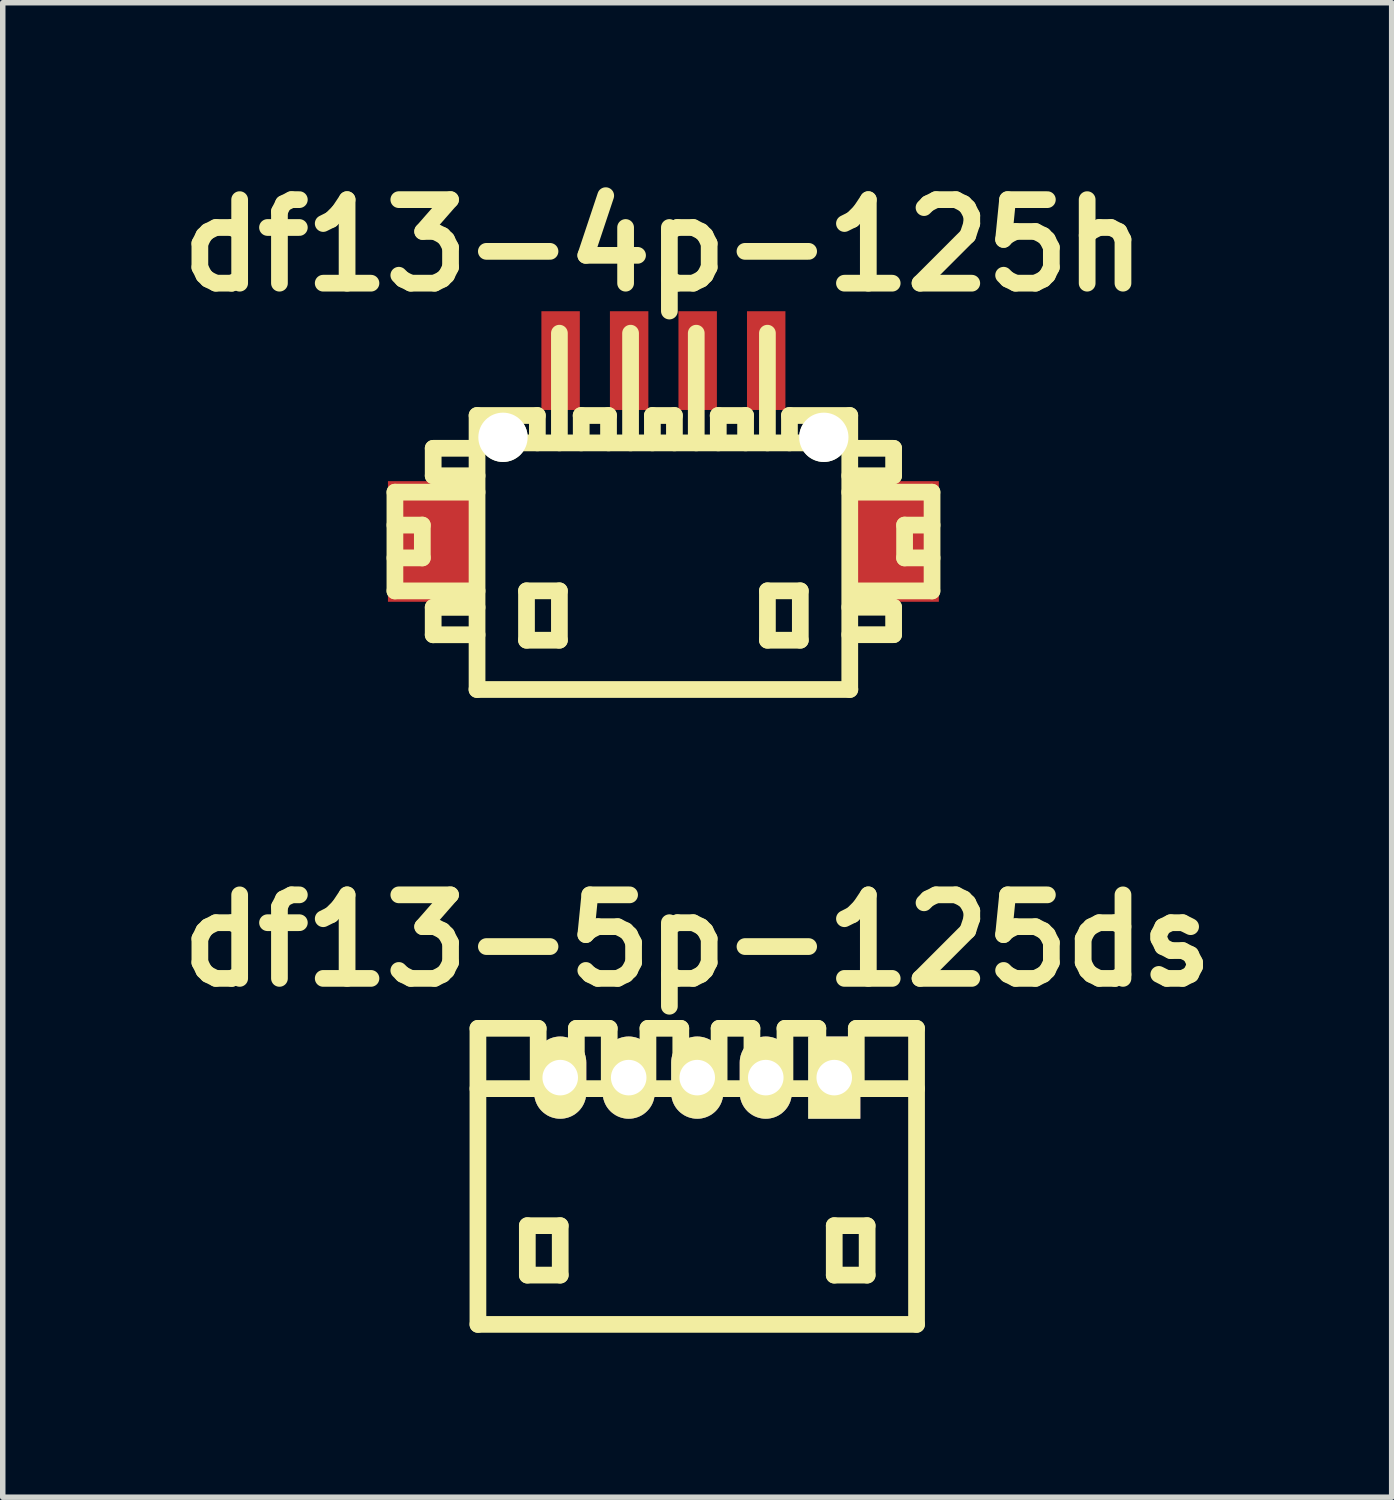
<source format=kicad_pcb>
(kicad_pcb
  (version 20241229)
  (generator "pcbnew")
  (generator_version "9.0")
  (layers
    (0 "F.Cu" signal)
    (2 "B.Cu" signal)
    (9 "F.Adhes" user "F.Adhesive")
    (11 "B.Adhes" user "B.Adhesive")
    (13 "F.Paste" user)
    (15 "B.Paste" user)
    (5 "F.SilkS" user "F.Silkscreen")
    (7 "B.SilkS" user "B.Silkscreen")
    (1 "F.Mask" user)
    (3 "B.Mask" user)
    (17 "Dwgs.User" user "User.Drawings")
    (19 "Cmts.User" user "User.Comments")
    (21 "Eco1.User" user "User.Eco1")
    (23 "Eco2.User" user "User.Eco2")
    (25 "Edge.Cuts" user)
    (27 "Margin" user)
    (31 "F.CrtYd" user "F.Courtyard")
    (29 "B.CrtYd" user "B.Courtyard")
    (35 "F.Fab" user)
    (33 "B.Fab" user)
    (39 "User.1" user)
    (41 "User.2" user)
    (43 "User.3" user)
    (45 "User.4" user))
  (footprint "df13-5p-125ds"
    (layer "F.Cu")
    (at 9.667 18.406)
    (property "Reference" "df13-5p-125ds" (at 0 -4.3 0) (layer "F.SilkS") (effects (font (size 1.524 1.524) (thickness 0.305))))
    (attr through_hole)
    (fp_line (start -4 2.7) (end -4 -2.7) (stroke (width 0.305) (type solid)) (layer "F.SilkS"))
    (fp_line (start -4 2.7) (end 4 2.7) (stroke (width 0.305) (type solid)) (layer "F.SilkS"))
    (fp_line (start -3.099 0.899) (end -3.099 1.801) (stroke (width 0.305) (type solid)) (layer "F.SilkS"))
    (fp_line (start -3.099 1.801) (end -2.499 1.801) (stroke (width 0.305) (type solid)) (layer "F.SilkS"))
    (fp_line (start -2.901 -2.7) (end -4 -2.7) (stroke (width 0.305) (type solid)) (layer "F.SilkS"))
    (fp_line (start -2.901 -1.6) (end -2.901 -2.7) (stroke (width 0.305) (type solid)) (layer "F.SilkS"))
    (fp_line (start -2.499 0.899) (end -3.099 0.899) (stroke (width 0.305) (type solid)) (layer "F.SilkS"))
    (fp_line (start -2.499 1.801) (end -2.499 0.899) (stroke (width 0.305) (type solid)) (layer "F.SilkS"))
    (fp_line (start -2.205 -1.6) (end -2.205 -2.7) (stroke (width 0.305) (type solid)) (layer "F.SilkS"))
    (fp_line (start -1.605 -2.7) (end -2.205 -2.7) (stroke (width 0.305) (type solid)) (layer "F.SilkS"))
    (fp_line (start -1.605 -1.6) (end -1.605 -2.7) (stroke (width 0.305) (type solid)) (layer "F.SilkS"))
    (fp_line (start -0.899 -2.7) (end -0.3 -2.7) (stroke (width 0.305) (type solid)) (layer "F.SilkS"))
    (fp_line (start -0.899 -1.6) (end -0.899 -2.7) (stroke (width 0.305) (type solid)) (layer "F.SilkS"))
    (fp_line (start -0.3 -2.7) (end -0.3 -1.6) (stroke (width 0.305) (type solid)) (layer "F.SilkS"))
    (fp_line (start 0.399 -2.7) (end 0.998 -2.7) (stroke (width 0.305) (type solid)) (layer "F.SilkS"))
    (fp_line (start 0.399 -1.6) (end 0.399 -2.7) (stroke (width 0.305) (type solid)) (layer "F.SilkS"))
    (fp_line (start 0.998 -2.7) (end 0.998 -1.6) (stroke (width 0.305) (type solid)) (layer "F.SilkS"))
    (fp_line (start 1.6 -2.7) (end 2.2 -2.7) (stroke (width 0.305) (type solid)) (layer "F.SilkS"))
    (fp_line (start 1.6 -1.6) (end 1.6 -2.7) (stroke (width 0.305) (type solid)) (layer "F.SilkS"))
    (fp_line (start 2.2 -2.7) (end 2.2 -1.6) (stroke (width 0.305) (type solid)) (layer "F.SilkS"))
    (fp_line (start 2.499 0.899) (end 3.099 0.899) (stroke (width 0.305) (type solid)) (layer "F.SilkS"))
    (fp_line (start 2.499 1.801) (end 2.499 0.899) (stroke (width 0.305) (type solid)) (layer "F.SilkS"))
    (fp_line (start 2.901 -1.6) (end 2.901 -2.7) (stroke (width 0.305) (type solid)) (layer "F.SilkS"))
    (fp_line (start 3.099 0.899) (end 3.099 1.801) (stroke (width 0.305) (type solid)) (layer "F.SilkS"))
    (fp_line (start 3.099 1.801) (end 2.499 1.801) (stroke (width 0.305) (type solid)) (layer "F.SilkS"))
    (fp_line (start 4 -2.7) (end 2.901 -2.7) (stroke (width 0.305) (type solid)) (layer "F.SilkS"))
    (fp_line (start 4 -1.6) (end -4 -1.6) (stroke (width 0.305) (type solid)) (layer "F.SilkS"))
    (fp_line (start 4 2.7) (end 4 -2.7) (stroke (width 0.305) (type solid)) (layer "F.SilkS"))
    (pad "1" thru_hole rect (at 2.499 -1.801) (size 0.95 1.499) (drill 0.648) (layers "*.Cu" "*.Mask" "F.SilkS"))
    (pad "2" thru_hole oval (at 1.25 -1.801) (size 0.95 1.499) (drill 0.648) (layers "*.Cu" "*.Mask" "F.SilkS"))
    (pad "3" thru_hole oval (at 0 -1.801) (size 0.95 1.499) (drill 0.648) (layers "*.Cu" "*.Mask" "F.SilkS"))
    (pad "4" thru_hole oval (at -1.25 -1.801) (size 0.95 1.499) (drill 0.648) (layers "*.Cu" "*.Mask" "F.SilkS"))
    (pad "5" thru_hole oval (at -2.499 -1.801) (size 0.95 1.499) (drill 0.648) (layers "*.Cu" "*.Mask" "F.SilkS")))
  (footprint "df13-4p-125h"
    (layer "F.Cu")
    (at 9.05 7.027)
    (property "Reference" "df13-4p-125h" (at 0 -5.601 0) (layer "F.SilkS") (effects (font (size 1.524 1.524) (thickness 0.305))))
    (attr through_hole)
    (fp_line (start -4.897 -1.1) (end -4.897 0.701) (stroke (width 0.305) (type solid)) (layer "F.SilkS"))
    (fp_line (start -4.897 0.701) (end -3.399 0.701) (stroke (width 0.305) (type solid)) (layer "F.SilkS"))
    (fp_line (start -4.397 -0.5) (end -4.897 -0.5) (stroke (width 0.305) (type solid)) (layer "F.SilkS"))
    (fp_line (start -4.397 0.099) (end -4.897 0.099) (stroke (width 0.305) (type solid)) (layer "F.SilkS"))
    (fp_line (start -4.397 0.099) (end -4.397 -0.5) (stroke (width 0.305) (type solid)) (layer "F.SilkS"))
    (fp_line (start -4.199 -1.9) (end -4.199 -1.4) (stroke (width 0.305) (type solid)) (layer "F.SilkS"))
    (fp_line (start -4.199 -1.9) (end -3.399 -1.9) (stroke (width 0.305) (type solid)) (layer "F.SilkS"))
    (fp_line (start -4.199 1.001) (end -4.199 1.501) (stroke (width 0.305) (type solid)) (layer "F.SilkS"))
    (fp_line (start -4.199 1.501) (end -3.399 1.501) (stroke (width 0.305) (type solid)) (layer "F.SilkS"))
    (fp_line (start -3.401 -1.999) (end 3.401 -1.999) (stroke (width 0.305) (type solid)) (layer "F.SilkS"))
    (fp_line (start -3.401 2.499) (end 3.401 2.499) (stroke (width 0.305) (type solid)) (layer "F.SilkS"))
    (fp_line (start -3.399 -1.4) (end -4.199 -1.4) (stroke (width 0.305) (type solid)) (layer "F.SilkS"))
    (fp_line (start -3.399 -1.1) (end -4.897 -1.1) (stroke (width 0.305) (type solid)) (layer "F.SilkS"))
    (fp_line (start -3.399 1.001) (end -4.199 1.001) (stroke (width 0.305) (type solid)) (layer "F.SilkS"))
    (fp_line (start -3.399 2.499) (end -3.399 -2.499) (stroke (width 0.305) (type solid)) (layer "F.SilkS"))
    (fp_line (start -2.497 0.699) (end -2.497 1.6) (stroke (width 0.305) (type solid)) (layer "F.SilkS"))
    (fp_line (start -2.497 1.6) (end -1.897 1.6) (stroke (width 0.305) (type solid)) (layer "F.SilkS"))
    (fp_line (start -2.299 -2.499) (end -3.399 -2.499) (stroke (width 0.305) (type solid)) (layer "F.SilkS"))
    (fp_line (start -2.299 -2.499) (end -2.299 -1.999) (stroke (width 0.305) (type solid)) (layer "F.SilkS"))
    (fp_line (start -1.897 -4) (end -1.897 -1.999) (stroke (width 0.305) (type solid)) (layer "F.SilkS"))
    (fp_line (start -1.897 0.699) (end -2.497 0.699) (stroke (width 0.305) (type solid)) (layer "F.SilkS"))
    (fp_line (start -1.897 1.6) (end -1.897 0.699) (stroke (width 0.305) (type solid)) (layer "F.SilkS"))
    (fp_line (start -1.501 -2.499) (end -1.001 -2.499) (stroke (width 0.305) (type solid)) (layer "F.SilkS"))
    (fp_line (start -1.499 -1.999) (end -1.499 -2.499) (stroke (width 0.305) (type solid)) (layer "F.SilkS"))
    (fp_line (start -1.001 -2.499) (end -1.001 -1.999) (stroke (width 0.305) (type solid)) (layer "F.SilkS"))
    (fp_line (start -0.599 -1.999) (end -0.599 -4) (stroke (width 0.305) (type solid)) (layer "F.SilkS"))
    (fp_line (start -0.201 -2.499) (end -0.201 -1.999) (stroke (width 0.305) (type solid)) (layer "F.SilkS"))
    (fp_line (start 0.201 -2.499) (end -0.201 -2.499) (stroke (width 0.305) (type solid)) (layer "F.SilkS"))
    (fp_line (start 0.201 -2.499) (end 0.201 -1.999) (stroke (width 0.305) (type solid)) (layer "F.SilkS"))
    (fp_line (start 0.599 -1.999) (end 0.599 -4) (stroke (width 0.305) (type solid)) (layer "F.SilkS"))
    (fp_line (start 0.998 -2.499) (end 1.499 -2.499) (stroke (width 0.305) (type solid)) (layer "F.SilkS"))
    (fp_line (start 1.001 -1.999) (end 1.001 -2.499) (stroke (width 0.305) (type solid)) (layer "F.SilkS"))
    (fp_line (start 1.499 -2.499) (end 1.499 -1.999) (stroke (width 0.305) (type solid)) (layer "F.SilkS"))
    (fp_line (start 1.897 -1.999) (end 1.897 -4) (stroke (width 0.305) (type solid)) (layer "F.SilkS"))
    (fp_line (start 1.897 0.699) (end 2.497 0.699) (stroke (width 0.305) (type solid)) (layer "F.SilkS"))
    (fp_line (start 1.897 1.6) (end 1.897 0.699) (stroke (width 0.305) (type solid)) (layer "F.SilkS"))
    (fp_line (start 2.299 -2.499) (end 2.299 -1.999) (stroke (width 0.305) (type solid)) (layer "F.SilkS"))
    (fp_line (start 2.497 0.699) (end 2.497 1.6) (stroke (width 0.305) (type solid)) (layer "F.SilkS"))
    (fp_line (start 2.497 1.6) (end 1.897 1.6) (stroke (width 0.305) (type solid)) (layer "F.SilkS"))
    (fp_line (start 3.399 -2.499) (end 2.299 -2.499) (stroke (width 0.305) (type solid)) (layer "F.SilkS"))
    (fp_line (start 3.399 -2.499) (end 3.399 2.499) (stroke (width 0.305) (type solid)) (layer "F.SilkS"))
    (fp_line (start 3.399 -1.9) (end 4.199 -1.9) (stroke (width 0.305) (type solid)) (layer "F.SilkS"))
    (fp_line (start 3.399 0.998) (end 4.199 0.998) (stroke (width 0.305) (type solid)) (layer "F.SilkS"))
    (fp_line (start 4.199 -1.9) (end 4.199 -1.4) (stroke (width 0.305) (type solid)) (layer "F.SilkS"))
    (fp_line (start 4.199 -1.4) (end 3.399 -1.4) (stroke (width 0.305) (type solid)) (layer "F.SilkS"))
    (fp_line (start 4.199 0.998) (end 4.199 1.499) (stroke (width 0.305) (type solid)) (layer "F.SilkS"))
    (fp_line (start 4.199 1.499) (end 3.399 1.499) (stroke (width 0.305) (type solid)) (layer "F.SilkS"))
    (fp_line (start 4.399 0.099) (end 4.399 -0.5) (stroke (width 0.305) (type solid)) (layer "F.SilkS"))
    (fp_line (start 4.897 -1.1) (end 3.399 -1.1) (stroke (width 0.305) (type solid)) (layer "F.SilkS"))
    (fp_line (start 4.897 0.701) (end 3.498 0.701) (stroke (width 0.305) (type solid)) (layer "F.SilkS"))
    (fp_line (start 4.9 -1.1) (end 4.9 0.701) (stroke (width 0.305) (type solid)) (layer "F.SilkS"))
    (fp_line (start 4.9 -0.5) (end 4.399 -0.5) (stroke (width 0.305) (type solid)) (layer "F.SilkS"))
    (fp_line (start 4.9 0.099) (end 4.399 0.099) (stroke (width 0.305) (type solid)) (layer "F.SilkS"))
    (pad "" smd rect (at -4.224 -0.201) (size 1.6 2.2) (layers "F.Cu" "F.Mask" "F.Paste"))
    (pad "" np_thru_hole circle (at -2.926 -2.101) (size 0.899 0.899) (drill 0.899) (layers "*.Cu" "*.Mask" "F.SilkS"))
    (pad "" np_thru_hole circle (at 2.926 -2.101) (size 0.899 0.899) (drill 0.899) (layers "*.Cu" "*.Mask" "F.SilkS"))
    (pad "" smd rect (at 4.224 -0.201) (size 1.6 2.2) (layers "F.Cu" "F.Mask" "F.Paste"))
    (pad "1" smd rect (at 1.875 -3.5) (size 0.701 1.801) (layers "F.Cu" "F.Mask" "F.Paste"))
    (pad "2" smd rect (at 0.625 -3.5) (size 0.701 1.801) (layers "F.Cu" "F.Mask" "F.Paste"))
    (pad "3" smd rect (at -0.625 -3.5) (size 0.701 1.801) (layers "F.Cu" "F.Mask" "F.Paste"))
    (pad "4" smd rect (at -1.875 -3.5) (size 0.701 1.801) (layers "F.Cu" "F.Mask" "F.Paste")))
  (gr_rect
    (start -3 -3)
    (end 22.333 24.258)
    (stroke (width 0.1) (type default))
    (fill no)
    (layer "Edge.Cuts")))
</source>
